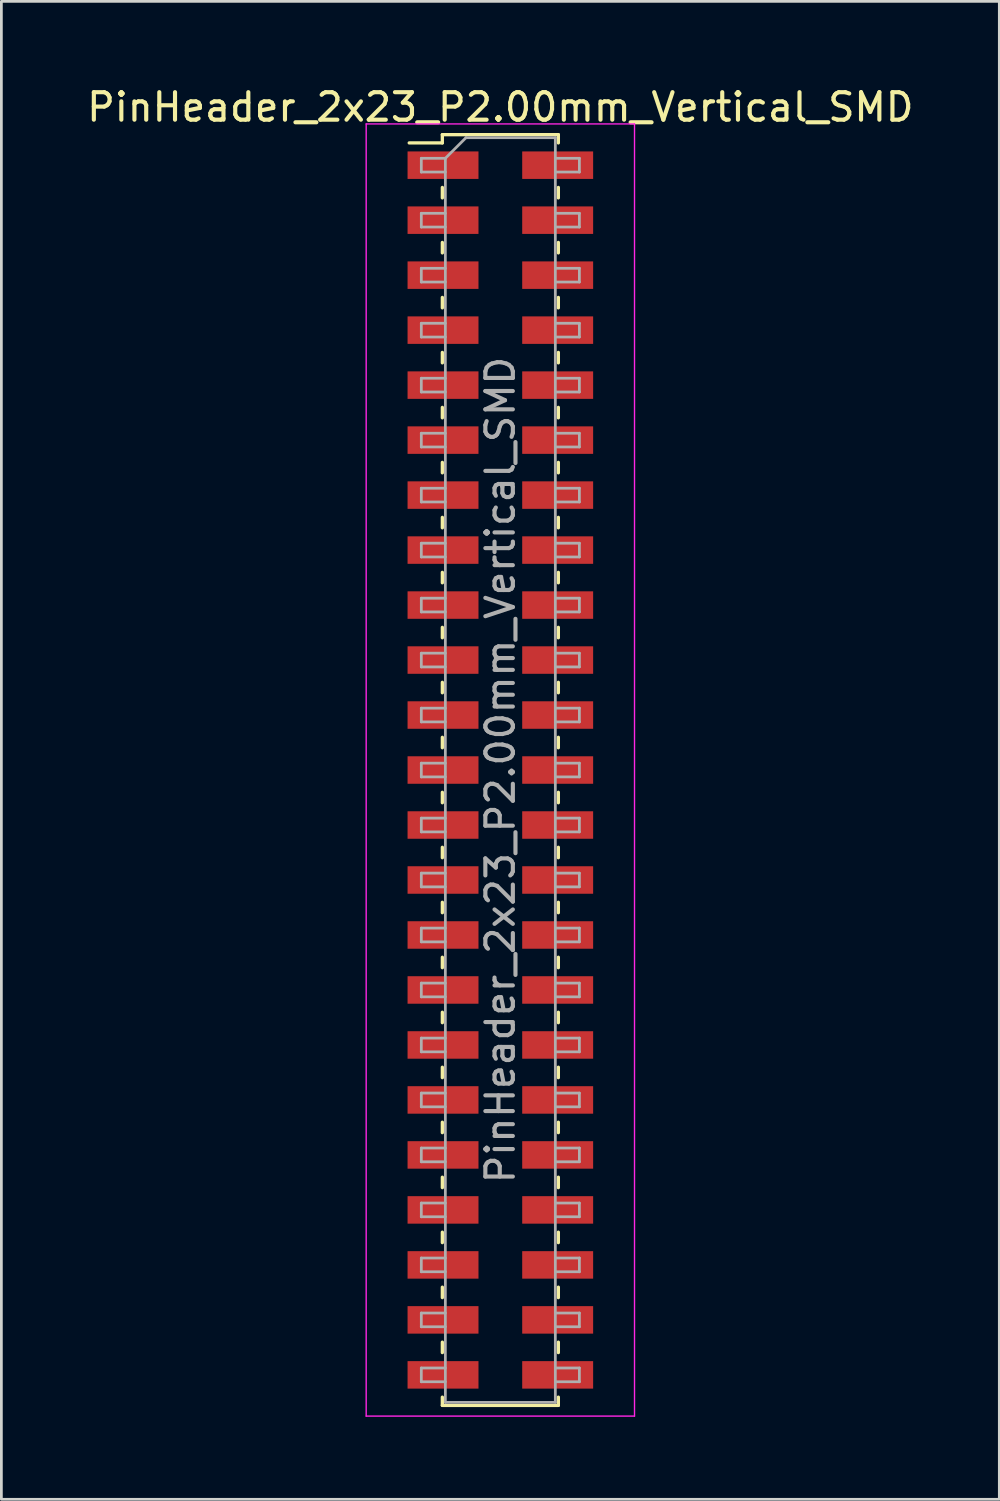
<source format=kicad_pcb>
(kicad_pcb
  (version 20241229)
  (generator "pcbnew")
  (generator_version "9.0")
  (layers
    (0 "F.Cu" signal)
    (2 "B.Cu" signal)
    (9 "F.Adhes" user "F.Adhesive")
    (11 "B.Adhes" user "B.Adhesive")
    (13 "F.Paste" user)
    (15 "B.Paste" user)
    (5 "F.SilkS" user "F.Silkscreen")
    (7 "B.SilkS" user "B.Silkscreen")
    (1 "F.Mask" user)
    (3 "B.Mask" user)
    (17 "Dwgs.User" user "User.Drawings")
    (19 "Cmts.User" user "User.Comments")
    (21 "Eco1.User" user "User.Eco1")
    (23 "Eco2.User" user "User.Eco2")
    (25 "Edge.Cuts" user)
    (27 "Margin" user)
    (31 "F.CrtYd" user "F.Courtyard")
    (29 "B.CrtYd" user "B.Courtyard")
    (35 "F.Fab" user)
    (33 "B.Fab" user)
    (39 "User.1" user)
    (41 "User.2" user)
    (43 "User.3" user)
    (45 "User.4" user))
  (footprint "PinHeader_2x23_P2.00mm_Vertical_SMD"
    (layer "F.Cu")
    (at 15.149 24.958)
    (property "Reference" "PinHeader_2x23_P2.00mm_Vertical_SMD" (at 0 -24.11 0) (layer "F.SilkS") (effects (font (size 1 1) (thickness 0.15))))
    (attr smd)
    (fp_line (start -3.315 -22.81) (end -2.11 -22.81) (stroke (width 0.12) (type solid)) (layer "F.SilkS"))
    (fp_line (start -2.11 -23.11) (end -2.11 -22.81) (stroke (width 0.12) (type solid)) (layer "F.SilkS"))
    (fp_line (start -2.11 -23.11) (end 2.11 -23.11) (stroke (width 0.12) (type solid)) (layer "F.SilkS"))
    (fp_line (start -2.11 -21.19) (end -2.11 -20.81) (stroke (width 0.12) (type solid)) (layer "F.SilkS"))
    (fp_line (start -2.11 -19.19) (end -2.11 -18.81) (stroke (width 0.12) (type solid)) (layer "F.SilkS"))
    (fp_line (start -2.11 -17.19) (end -2.11 -16.81) (stroke (width 0.12) (type solid)) (layer "F.SilkS"))
    (fp_line (start -2.11 -15.19) (end -2.11 -14.81) (stroke (width 0.12) (type solid)) (layer "F.SilkS"))
    (fp_line (start -2.11 -13.19) (end -2.11 -12.81) (stroke (width 0.12) (type solid)) (layer "F.SilkS"))
    (fp_line (start -2.11 -11.19) (end -2.11 -10.81) (stroke (width 0.12) (type solid)) (layer "F.SilkS"))
    (fp_line (start -2.11 -9.19) (end -2.11 -8.81) (stroke (width 0.12) (type solid)) (layer "F.SilkS"))
    (fp_line (start -2.11 -7.19) (end -2.11 -6.81) (stroke (width 0.12) (type solid)) (layer "F.SilkS"))
    (fp_line (start -2.11 -5.19) (end -2.11 -4.81) (stroke (width 0.12) (type solid)) (layer "F.SilkS"))
    (fp_line (start -2.11 -3.19) (end -2.11 -2.81) (stroke (width 0.12) (type solid)) (layer "F.SilkS"))
    (fp_line (start -2.11 -1.19) (end -2.11 -0.81) (stroke (width 0.12) (type solid)) (layer "F.SilkS"))
    (fp_line (start -2.11 0.81) (end -2.11 1.19) (stroke (width 0.12) (type solid)) (layer "F.SilkS"))
    (fp_line (start -2.11 2.81) (end -2.11 3.19) (stroke (width 0.12) (type solid)) (layer "F.SilkS"))
    (fp_line (start -2.11 4.81) (end -2.11 5.19) (stroke (width 0.12) (type solid)) (layer "F.SilkS"))
    (fp_line (start -2.11 6.81) (end -2.11 7.19) (stroke (width 0.12) (type solid)) (layer "F.SilkS"))
    (fp_line (start -2.11 8.81) (end -2.11 9.19) (stroke (width 0.12) (type solid)) (layer "F.SilkS"))
    (fp_line (start -2.11 10.81) (end -2.11 11.19) (stroke (width 0.12) (type solid)) (layer "F.SilkS"))
    (fp_line (start -2.11 12.81) (end -2.11 13.19) (stroke (width 0.12) (type solid)) (layer "F.SilkS"))
    (fp_line (start -2.11 14.81) (end -2.11 15.19) (stroke (width 0.12) (type solid)) (layer "F.SilkS"))
    (fp_line (start -2.11 16.81) (end -2.11 17.19) (stroke (width 0.12) (type solid)) (layer "F.SilkS"))
    (fp_line (start -2.11 18.81) (end -2.11 19.19) (stroke (width 0.12) (type solid)) (layer "F.SilkS"))
    (fp_line (start -2.11 20.81) (end -2.11 21.19) (stroke (width 0.12) (type solid)) (layer "F.SilkS"))
    (fp_line (start -2.11 22.81) (end -2.11 23.11) (stroke (width 0.12) (type solid)) (layer "F.SilkS"))
    (fp_line (start -2.11 23.11) (end 2.11 23.11) (stroke (width 0.12) (type solid)) (layer "F.SilkS"))
    (fp_line (start 2.11 -23.11) (end 2.11 -22.81) (stroke (width 0.12) (type solid)) (layer "F.SilkS"))
    (fp_line (start 2.11 -21.19) (end 2.11 -20.81) (stroke (width 0.12) (type solid)) (layer "F.SilkS"))
    (fp_line (start 2.11 -19.19) (end 2.11 -18.81) (stroke (width 0.12) (type solid)) (layer "F.SilkS"))
    (fp_line (start 2.11 -17.19) (end 2.11 -16.81) (stroke (width 0.12) (type solid)) (layer "F.SilkS"))
    (fp_line (start 2.11 -15.19) (end 2.11 -14.81) (stroke (width 0.12) (type solid)) (layer "F.SilkS"))
    (fp_line (start 2.11 -13.19) (end 2.11 -12.81) (stroke (width 0.12) (type solid)) (layer "F.SilkS"))
    (fp_line (start 2.11 -11.19) (end 2.11 -10.81) (stroke (width 0.12) (type solid)) (layer "F.SilkS"))
    (fp_line (start 2.11 -9.19) (end 2.11 -8.81) (stroke (width 0.12) (type solid)) (layer "F.SilkS"))
    (fp_line (start 2.11 -7.19) (end 2.11 -6.81) (stroke (width 0.12) (type solid)) (layer "F.SilkS"))
    (fp_line (start 2.11 -5.19) (end 2.11 -4.81) (stroke (width 0.12) (type solid)) (layer "F.SilkS"))
    (fp_line (start 2.11 -3.19) (end 2.11 -2.81) (stroke (width 0.12) (type solid)) (layer "F.SilkS"))
    (fp_line (start 2.11 -1.19) (end 2.11 -0.81) (stroke (width 0.12) (type solid)) (layer "F.SilkS"))
    (fp_line (start 2.11 0.81) (end 2.11 1.19) (stroke (width 0.12) (type solid)) (layer "F.SilkS"))
    (fp_line (start 2.11 2.81) (end 2.11 3.19) (stroke (width 0.12) (type solid)) (layer "F.SilkS"))
    (fp_line (start 2.11 4.81) (end 2.11 5.19) (stroke (width 0.12) (type solid)) (layer "F.SilkS"))
    (fp_line (start 2.11 6.81) (end 2.11 7.19) (stroke (width 0.12) (type solid)) (layer "F.SilkS"))
    (fp_line (start 2.11 8.81) (end 2.11 9.19) (stroke (width 0.12) (type solid)) (layer "F.SilkS"))
    (fp_line (start 2.11 10.81) (end 2.11 11.19) (stroke (width 0.12) (type solid)) (layer "F.SilkS"))
    (fp_line (start 2.11 12.81) (end 2.11 13.19) (stroke (width 0.12) (type solid)) (layer "F.SilkS"))
    (fp_line (start 2.11 14.81) (end 2.11 15.19) (stroke (width 0.12) (type solid)) (layer "F.SilkS"))
    (fp_line (start 2.11 16.81) (end 2.11 17.19) (stroke (width 0.12) (type solid)) (layer "F.SilkS"))
    (fp_line (start 2.11 18.81) (end 2.11 19.19) (stroke (width 0.12) (type solid)) (layer "F.SilkS"))
    (fp_line (start 2.11 20.81) (end 2.11 21.19) (stroke (width 0.12) (type solid)) (layer "F.SilkS"))
    (fp_line (start 2.11 22.81) (end 2.11 23.11) (stroke (width 0.12) (type solid)) (layer "F.SilkS"))
    (fp_line (start -4.88 -23.5) (end -4.88 23.5) (stroke (width 0.05) (type solid)) (layer "F.CrtYd"))
    (fp_line (start -4.88 23.5) (end 4.88 23.5) (stroke (width 0.05) (type solid)) (layer "F.CrtYd"))
    (fp_line (start 4.88 -23.5) (end -4.88 -23.5) (stroke (width 0.05) (type solid)) (layer "F.CrtYd"))
    (fp_line (start 4.88 23.5) (end 4.88 -23.5) (stroke (width 0.05) (type solid)) (layer "F.CrtYd"))
    (fp_line (start -2.875 -22.25) (end -2.875 -21.75) (stroke (width 0.1) (type solid)) (layer "F.Fab"))
    (fp_line (start -2.875 -21.75) (end -2 -21.75) (stroke (width 0.1) (type solid)) (layer "F.Fab"))
    (fp_line (start -2.875 -20.25) (end -2.875 -19.75) (stroke (width 0.1) (type solid)) (layer "F.Fab"))
    (fp_line (start -2.875 -19.75) (end -2 -19.75) (stroke (width 0.1) (type solid)) (layer "F.Fab"))
    (fp_line (start -2.875 -18.25) (end -2.875 -17.75) (stroke (width 0.1) (type solid)) (layer "F.Fab"))
    (fp_line (start -2.875 -17.75) (end -2 -17.75) (stroke (width 0.1) (type solid)) (layer "F.Fab"))
    (fp_line (start -2.875 -16.25) (end -2.875 -15.75) (stroke (width 0.1) (type solid)) (layer "F.Fab"))
    (fp_line (start -2.875 -15.75) (end -2 -15.75) (stroke (width 0.1) (type solid)) (layer "F.Fab"))
    (fp_line (start -2.875 -14.25) (end -2.875 -13.75) (stroke (width 0.1) (type solid)) (layer "F.Fab"))
    (fp_line (start -2.875 -13.75) (end -2 -13.75) (stroke (width 0.1) (type solid)) (layer "F.Fab"))
    (fp_line (start -2.875 -12.25) (end -2.875 -11.75) (stroke (width 0.1) (type solid)) (layer "F.Fab"))
    (fp_line (start -2.875 -11.75) (end -2 -11.75) (stroke (width 0.1) (type solid)) (layer "F.Fab"))
    (fp_line (start -2.875 -10.25) (end -2.875 -9.75) (stroke (width 0.1) (type solid)) (layer "F.Fab"))
    (fp_line (start -2.875 -9.75) (end -2 -9.75) (stroke (width 0.1) (type solid)) (layer "F.Fab"))
    (fp_line (start -2.875 -8.25) (end -2.875 -7.75) (stroke (width 0.1) (type solid)) (layer "F.Fab"))
    (fp_line (start -2.875 -7.75) (end -2 -7.75) (stroke (width 0.1) (type solid)) (layer "F.Fab"))
    (fp_line (start -2.875 -6.25) (end -2.875 -5.75) (stroke (width 0.1) (type solid)) (layer "F.Fab"))
    (fp_line (start -2.875 -5.75) (end -2 -5.75) (stroke (width 0.1) (type solid)) (layer "F.Fab"))
    (fp_line (start -2.875 -4.25) (end -2.875 -3.75) (stroke (width 0.1) (type solid)) (layer "F.Fab"))
    (fp_line (start -2.875 -3.75) (end -2 -3.75) (stroke (width 0.1) (type solid)) (layer "F.Fab"))
    (fp_line (start -2.875 -2.25) (end -2.875 -1.75) (stroke (width 0.1) (type solid)) (layer "F.Fab"))
    (fp_line (start -2.875 -1.75) (end -2 -1.75) (stroke (width 0.1) (type solid)) (layer "F.Fab"))
    (fp_line (start -2.875 -0.25) (end -2.875 0.25) (stroke (width 0.1) (type solid)) (layer "F.Fab"))
    (fp_line (start -2.875 0.25) (end -2 0.25) (stroke (width 0.1) (type solid)) (layer "F.Fab"))
    (fp_line (start -2.875 1.75) (end -2.875 2.25) (stroke (width 0.1) (type solid)) (layer "F.Fab"))
    (fp_line (start -2.875 2.25) (end -2 2.25) (stroke (width 0.1) (type solid)) (layer "F.Fab"))
    (fp_line (start -2.875 3.75) (end -2.875 4.25) (stroke (width 0.1) (type solid)) (layer "F.Fab"))
    (fp_line (start -2.875 4.25) (end -2 4.25) (stroke (width 0.1) (type solid)) (layer "F.Fab"))
    (fp_line (start -2.875 5.75) (end -2.875 6.25) (stroke (width 0.1) (type solid)) (layer "F.Fab"))
    (fp_line (start -2.875 6.25) (end -2 6.25) (stroke (width 0.1) (type solid)) (layer "F.Fab"))
    (fp_line (start -2.875 7.75) (end -2.875 8.25) (stroke (width 0.1) (type solid)) (layer "F.Fab"))
    (fp_line (start -2.875 8.25) (end -2 8.25) (stroke (width 0.1) (type solid)) (layer "F.Fab"))
    (fp_line (start -2.875 9.75) (end -2.875 10.25) (stroke (width 0.1) (type solid)) (layer "F.Fab"))
    (fp_line (start -2.875 10.25) (end -2 10.25) (stroke (width 0.1) (type solid)) (layer "F.Fab"))
    (fp_line (start -2.875 11.75) (end -2.875 12.25) (stroke (width 0.1) (type solid)) (layer "F.Fab"))
    (fp_line (start -2.875 12.25) (end -2 12.25) (stroke (width 0.1) (type solid)) (layer "F.Fab"))
    (fp_line (start -2.875 13.75) (end -2.875 14.25) (stroke (width 0.1) (type solid)) (layer "F.Fab"))
    (fp_line (start -2.875 14.25) (end -2 14.25) (stroke (width 0.1) (type solid)) (layer "F.Fab"))
    (fp_line (start -2.875 15.75) (end -2.875 16.25) (stroke (width 0.1) (type solid)) (layer "F.Fab"))
    (fp_line (start -2.875 16.25) (end -2 16.25) (stroke (width 0.1) (type solid)) (layer "F.Fab"))
    (fp_line (start -2.875 17.75) (end -2.875 18.25) (stroke (width 0.1) (type solid)) (layer "F.Fab"))
    (fp_line (start -2.875 18.25) (end -2 18.25) (stroke (width 0.1) (type solid)) (layer "F.Fab"))
    (fp_line (start -2.875 19.75) (end -2.875 20.25) (stroke (width 0.1) (type solid)) (layer "F.Fab"))
    (fp_line (start -2.875 20.25) (end -2 20.25) (stroke (width 0.1) (type solid)) (layer "F.Fab"))
    (fp_line (start -2.875 21.75) (end -2.875 22.25) (stroke (width 0.1) (type solid)) (layer "F.Fab"))
    (fp_line (start -2.875 22.25) (end -2 22.25) (stroke (width 0.1) (type solid)) (layer "F.Fab"))
    (fp_line (start -2 -22.25) (end -2.875 -22.25) (stroke (width 0.1) (type solid)) (layer "F.Fab"))
    (fp_line (start -2 -22.25) (end -1.25 -23) (stroke (width 0.1) (type solid)) (layer "F.Fab"))
    (fp_line (start -2 -20.25) (end -2.875 -20.25) (stroke (width 0.1) (type solid)) (layer "F.Fab"))
    (fp_line (start -2 -18.25) (end -2.875 -18.25) (stroke (width 0.1) (type solid)) (layer "F.Fab"))
    (fp_line (start -2 -16.25) (end -2.875 -16.25) (stroke (width 0.1) (type solid)) (layer "F.Fab"))
    (fp_line (start -2 -14.25) (end -2.875 -14.25) (stroke (width 0.1) (type solid)) (layer "F.Fab"))
    (fp_line (start -2 -12.25) (end -2.875 -12.25) (stroke (width 0.1) (type solid)) (layer "F.Fab"))
    (fp_line (start -2 -10.25) (end -2.875 -10.25) (stroke (width 0.1) (type solid)) (layer "F.Fab"))
    (fp_line (start -2 -8.25) (end -2.875 -8.25) (stroke (width 0.1) (type solid)) (layer "F.Fab"))
    (fp_line (start -2 -6.25) (end -2.875 -6.25) (stroke (width 0.1) (type solid)) (layer "F.Fab"))
    (fp_line (start -2 -4.25) (end -2.875 -4.25) (stroke (width 0.1) (type solid)) (layer "F.Fab"))
    (fp_line (start -2 -2.25) (end -2.875 -2.25) (stroke (width 0.1) (type solid)) (layer "F.Fab"))
    (fp_line (start -2 -0.25) (end -2.875 -0.25) (stroke (width 0.1) (type solid)) (layer "F.Fab"))
    (fp_line (start -2 1.75) (end -2.875 1.75) (stroke (width 0.1) (type solid)) (layer "F.Fab"))
    (fp_line (start -2 3.75) (end -2.875 3.75) (stroke (width 0.1) (type solid)) (layer "F.Fab"))
    (fp_line (start -2 5.75) (end -2.875 5.75) (stroke (width 0.1) (type solid)) (layer "F.Fab"))
    (fp_line (start -2 7.75) (end -2.875 7.75) (stroke (width 0.1) (type solid)) (layer "F.Fab"))
    (fp_line (start -2 9.75) (end -2.875 9.75) (stroke (width 0.1) (type solid)) (layer "F.Fab"))
    (fp_line (start -2 11.75) (end -2.875 11.75) (stroke (width 0.1) (type solid)) (layer "F.Fab"))
    (fp_line (start -2 13.75) (end -2.875 13.75) (stroke (width 0.1) (type solid)) (layer "F.Fab"))
    (fp_line (start -2 15.75) (end -2.875 15.75) (stroke (width 0.1) (type solid)) (layer "F.Fab"))
    (fp_line (start -2 17.75) (end -2.875 17.75) (stroke (width 0.1) (type solid)) (layer "F.Fab"))
    (fp_line (start -2 19.75) (end -2.875 19.75) (stroke (width 0.1) (type solid)) (layer "F.Fab"))
    (fp_line (start -2 21.75) (end -2.875 21.75) (stroke (width 0.1) (type solid)) (layer "F.Fab"))
    (fp_line (start -2 23) (end -2 -22.25) (stroke (width 0.1) (type solid)) (layer "F.Fab"))
    (fp_line (start -1.25 -23) (end 2 -23) (stroke (width 0.1) (type solid)) (layer "F.Fab"))
    (fp_line (start 2 -23) (end 2 23) (stroke (width 0.1) (type solid)) (layer "F.Fab"))
    (fp_line (start 2 -22.25) (end 2.875 -22.25) (stroke (width 0.1) (type solid)) (layer "F.Fab"))
    (fp_line (start 2 -20.25) (end 2.875 -20.25) (stroke (width 0.1) (type solid)) (layer "F.Fab"))
    (fp_line (start 2 -18.25) (end 2.875 -18.25) (stroke (width 0.1) (type solid)) (layer "F.Fab"))
    (fp_line (start 2 -16.25) (end 2.875 -16.25) (stroke (width 0.1) (type solid)) (layer "F.Fab"))
    (fp_line (start 2 -14.25) (end 2.875 -14.25) (stroke (width 0.1) (type solid)) (layer "F.Fab"))
    (fp_line (start 2 -12.25) (end 2.875 -12.25) (stroke (width 0.1) (type solid)) (layer "F.Fab"))
    (fp_line (start 2 -10.25) (end 2.875 -10.25) (stroke (width 0.1) (type solid)) (layer "F.Fab"))
    (fp_line (start 2 -8.25) (end 2.875 -8.25) (stroke (width 0.1) (type solid)) (layer "F.Fab"))
    (fp_line (start 2 -6.25) (end 2.875 -6.25) (stroke (width 0.1) (type solid)) (layer "F.Fab"))
    (fp_line (start 2 -4.25) (end 2.875 -4.25) (stroke (width 0.1) (type solid)) (layer "F.Fab"))
    (fp_line (start 2 -2.25) (end 2.875 -2.25) (stroke (width 0.1) (type solid)) (layer "F.Fab"))
    (fp_line (start 2 -0.25) (end 2.875 -0.25) (stroke (width 0.1) (type solid)) (layer "F.Fab"))
    (fp_line (start 2 1.75) (end 2.875 1.75) (stroke (width 0.1) (type solid)) (layer "F.Fab"))
    (fp_line (start 2 3.75) (end 2.875 3.75) (stroke (width 0.1) (type solid)) (layer "F.Fab"))
    (fp_line (start 2 5.75) (end 2.875 5.75) (stroke (width 0.1) (type solid)) (layer "F.Fab"))
    (fp_line (start 2 7.75) (end 2.875 7.75) (stroke (width 0.1) (type solid)) (layer "F.Fab"))
    (fp_line (start 2 9.75) (end 2.875 9.75) (stroke (width 0.1) (type solid)) (layer "F.Fab"))
    (fp_line (start 2 11.75) (end 2.875 11.75) (stroke (width 0.1) (type solid)) (layer "F.Fab"))
    (fp_line (start 2 13.75) (end 2.875 13.75) (stroke (width 0.1) (type solid)) (layer "F.Fab"))
    (fp_line (start 2 15.75) (end 2.875 15.75) (stroke (width 0.1) (type solid)) (layer "F.Fab"))
    (fp_line (start 2 17.75) (end 2.875 17.75) (stroke (width 0.1) (type solid)) (layer "F.Fab"))
    (fp_line (start 2 19.75) (end 2.875 19.75) (stroke (width 0.1) (type solid)) (layer "F.Fab"))
    (fp_line (start 2 21.75) (end 2.875 21.75) (stroke (width 0.1) (type solid)) (layer "F.Fab"))
    (fp_line (start 2 23) (end -2 23) (stroke (width 0.1) (type solid)) (layer "F.Fab"))
    (fp_line (start 2.875 -22.25) (end 2.875 -21.75) (stroke (width 0.1) (type solid)) (layer "F.Fab"))
    (fp_line (start 2.875 -21.75) (end 2 -21.75) (stroke (width 0.1) (type solid)) (layer "F.Fab"))
    (fp_line (start 2.875 -20.25) (end 2.875 -19.75) (stroke (width 0.1) (type solid)) (layer "F.Fab"))
    (fp_line (start 2.875 -19.75) (end 2 -19.75) (stroke (width 0.1) (type solid)) (layer "F.Fab"))
    (fp_line (start 2.875 -18.25) (end 2.875 -17.75) (stroke (width 0.1) (type solid)) (layer "F.Fab"))
    (fp_line (start 2.875 -17.75) (end 2 -17.75) (stroke (width 0.1) (type solid)) (layer "F.Fab"))
    (fp_line (start 2.875 -16.25) (end 2.875 -15.75) (stroke (width 0.1) (type solid)) (layer "F.Fab"))
    (fp_line (start 2.875 -15.75) (end 2 -15.75) (stroke (width 0.1) (type solid)) (layer "F.Fab"))
    (fp_line (start 2.875 -14.25) (end 2.875 -13.75) (stroke (width 0.1) (type solid)) (layer "F.Fab"))
    (fp_line (start 2.875 -13.75) (end 2 -13.75) (stroke (width 0.1) (type solid)) (layer "F.Fab"))
    (fp_line (start 2.875 -12.25) (end 2.875 -11.75) (stroke (width 0.1) (type solid)) (layer "F.Fab"))
    (fp_line (start 2.875 -11.75) (end 2 -11.75) (stroke (width 0.1) (type solid)) (layer "F.Fab"))
    (fp_line (start 2.875 -10.25) (end 2.875 -9.75) (stroke (width 0.1) (type solid)) (layer "F.Fab"))
    (fp_line (start 2.875 -9.75) (end 2 -9.75) (stroke (width 0.1) (type solid)) (layer "F.Fab"))
    (fp_line (start 2.875 -8.25) (end 2.875 -7.75) (stroke (width 0.1) (type solid)) (layer "F.Fab"))
    (fp_line (start 2.875 -7.75) (end 2 -7.75) (stroke (width 0.1) (type solid)) (layer "F.Fab"))
    (fp_line (start 2.875 -6.25) (end 2.875 -5.75) (stroke (width 0.1) (type solid)) (layer "F.Fab"))
    (fp_line (start 2.875 -5.75) (end 2 -5.75) (stroke (width 0.1) (type solid)) (layer "F.Fab"))
    (fp_line (start 2.875 -4.25) (end 2.875 -3.75) (stroke (width 0.1) (type solid)) (layer "F.Fab"))
    (fp_line (start 2.875 -3.75) (end 2 -3.75) (stroke (width 0.1) (type solid)) (layer "F.Fab"))
    (fp_line (start 2.875 -2.25) (end 2.875 -1.75) (stroke (width 0.1) (type solid)) (layer "F.Fab"))
    (fp_line (start 2.875 -1.75) (end 2 -1.75) (stroke (width 0.1) (type solid)) (layer "F.Fab"))
    (fp_line (start 2.875 -0.25) (end 2.875 0.25) (stroke (width 0.1) (type solid)) (layer "F.Fab"))
    (fp_line (start 2.875 0.25) (end 2 0.25) (stroke (width 0.1) (type solid)) (layer "F.Fab"))
    (fp_line (start 2.875 1.75) (end 2.875 2.25) (stroke (width 0.1) (type solid)) (layer "F.Fab"))
    (fp_line (start 2.875 2.25) (end 2 2.25) (stroke (width 0.1) (type solid)) (layer "F.Fab"))
    (fp_line (start 2.875 3.75) (end 2.875 4.25) (stroke (width 0.1) (type solid)) (layer "F.Fab"))
    (fp_line (start 2.875 4.25) (end 2 4.25) (stroke (width 0.1) (type solid)) (layer "F.Fab"))
    (fp_line (start 2.875 5.75) (end 2.875 6.25) (stroke (width 0.1) (type solid)) (layer "F.Fab"))
    (fp_line (start 2.875 6.25) (end 2 6.25) (stroke (width 0.1) (type solid)) (layer "F.Fab"))
    (fp_line (start 2.875 7.75) (end 2.875 8.25) (stroke (width 0.1) (type solid)) (layer "F.Fab"))
    (fp_line (start 2.875 8.25) (end 2 8.25) (stroke (width 0.1) (type solid)) (layer "F.Fab"))
    (fp_line (start 2.875 9.75) (end 2.875 10.25) (stroke (width 0.1) (type solid)) (layer "F.Fab"))
    (fp_line (start 2.875 10.25) (end 2 10.25) (stroke (width 0.1) (type solid)) (layer "F.Fab"))
    (fp_line (start 2.875 11.75) (end 2.875 12.25) (stroke (width 0.1) (type solid)) (layer "F.Fab"))
    (fp_line (start 2.875 12.25) (end 2 12.25) (stroke (width 0.1) (type solid)) (layer "F.Fab"))
    (fp_line (start 2.875 13.75) (end 2.875 14.25) (stroke (width 0.1) (type solid)) (layer "F.Fab"))
    (fp_line (start 2.875 14.25) (end 2 14.25) (stroke (width 0.1) (type solid)) (layer "F.Fab"))
    (fp_line (start 2.875 15.75) (end 2.875 16.25) (stroke (width 0.1) (type solid)) (layer "F.Fab"))
    (fp_line (start 2.875 16.25) (end 2 16.25) (stroke (width 0.1) (type solid)) (layer "F.Fab"))
    (fp_line (start 2.875 17.75) (end 2.875 18.25) (stroke (width 0.1) (type solid)) (layer "F.Fab"))
    (fp_line (start 2.875 18.25) (end 2 18.25) (stroke (width 0.1) (type solid)) (layer "F.Fab"))
    (fp_line (start 2.875 19.75) (end 2.875 20.25) (stroke (width 0.1) (type solid)) (layer "F.Fab"))
    (fp_line (start 2.875 20.25) (end 2 20.25) (stroke (width 0.1) (type solid)) (layer "F.Fab"))
    (fp_line (start 2.875 21.75) (end 2.875 22.25) (stroke (width 0.1) (type solid)) (layer "F.Fab"))
    (fp_line (start 2.875 22.25) (end 2 22.25) (stroke (width 0.1) (type solid)) (layer "F.Fab"))
    (fp_text user "${REFERENCE}" (at 0 0 90) (layer "F.Fab") (effects (font (size 1 1) (thickness 0.15))))
    (pad "1" smd rect (at -2.085 -22) (size 2.58 1) (layers "F.Cu" "F.Mask" "F.Paste"))
    (pad "2" smd rect (at 2.085 -22) (size 2.58 1) (layers "F.Cu" "F.Mask" "F.Paste"))
    (pad "3" smd rect (at -2.085 -20) (size 2.58 1) (layers "F.Cu" "F.Mask" "F.Paste"))
    (pad "4" smd rect (at 2.085 -20) (size 2.58 1) (layers "F.Cu" "F.Mask" "F.Paste"))
    (pad "5" smd rect (at -2.085 -18) (size 2.58 1) (layers "F.Cu" "F.Mask" "F.Paste"))
    (pad "6" smd rect (at 2.085 -18) (size 2.58 1) (layers "F.Cu" "F.Mask" "F.Paste"))
    (pad "7" smd rect (at -2.085 -16) (size 2.58 1) (layers "F.Cu" "F.Mask" "F.Paste"))
    (pad "8" smd rect (at 2.085 -16) (size 2.58 1) (layers "F.Cu" "F.Mask" "F.Paste"))
    (pad "9" smd rect (at -2.085 -14) (size 2.58 1) (layers "F.Cu" "F.Mask" "F.Paste"))
    (pad "10" smd rect (at 2.085 -14) (size 2.58 1) (layers "F.Cu" "F.Mask" "F.Paste"))
    (pad "11" smd rect (at -2.085 -12) (size 2.58 1) (layers "F.Cu" "F.Mask" "F.Paste"))
    (pad "12" smd rect (at 2.085 -12) (size 2.58 1) (layers "F.Cu" "F.Mask" "F.Paste"))
    (pad "13" smd rect (at -2.085 -10) (size 2.58 1) (layers "F.Cu" "F.Mask" "F.Paste"))
    (pad "14" smd rect (at 2.085 -10) (size 2.58 1) (layers "F.Cu" "F.Mask" "F.Paste"))
    (pad "15" smd rect (at -2.085 -8) (size 2.58 1) (layers "F.Cu" "F.Mask" "F.Paste"))
    (pad "16" smd rect (at 2.085 -8) (size 2.58 1) (layers "F.Cu" "F.Mask" "F.Paste"))
    (pad "17" smd rect (at -2.085 -6) (size 2.58 1) (layers "F.Cu" "F.Mask" "F.Paste"))
    (pad "18" smd rect (at 2.085 -6) (size 2.58 1) (layers "F.Cu" "F.Mask" "F.Paste"))
    (pad "19" smd rect (at -2.085 -4) (size 2.58 1) (layers "F.Cu" "F.Mask" "F.Paste"))
    (pad "20" smd rect (at 2.085 -4) (size 2.58 1) (layers "F.Cu" "F.Mask" "F.Paste"))
    (pad "21" smd rect (at -2.085 -2) (size 2.58 1) (layers "F.Cu" "F.Mask" "F.Paste"))
    (pad "22" smd rect (at 2.085 -2) (size 2.58 1) (layers "F.Cu" "F.Mask" "F.Paste"))
    (pad "23" smd rect (at -2.085 0) (size 2.58 1) (layers "F.Cu" "F.Mask" "F.Paste"))
    (pad "24" smd rect (at 2.085 0) (size 2.58 1) (layers "F.Cu" "F.Mask" "F.Paste"))
    (pad "25" smd rect (at -2.085 2) (size 2.58 1) (layers "F.Cu" "F.Mask" "F.Paste"))
    (pad "26" smd rect (at 2.085 2) (size 2.58 1) (layers "F.Cu" "F.Mask" "F.Paste"))
    (pad "27" smd rect (at -2.085 4) (size 2.58 1) (layers "F.Cu" "F.Mask" "F.Paste"))
    (pad "28" smd rect (at 2.085 4) (size 2.58 1) (layers "F.Cu" "F.Mask" "F.Paste"))
    (pad "29" smd rect (at -2.085 6) (size 2.58 1) (layers "F.Cu" "F.Mask" "F.Paste"))
    (pad "30" smd rect (at 2.085 6) (size 2.58 1) (layers "F.Cu" "F.Mask" "F.Paste"))
    (pad "31" smd rect (at -2.085 8) (size 2.58 1) (layers "F.Cu" "F.Mask" "F.Paste"))
    (pad "32" smd rect (at 2.085 8) (size 2.58 1) (layers "F.Cu" "F.Mask" "F.Paste"))
    (pad "33" smd rect (at -2.085 10) (size 2.58 1) (layers "F.Cu" "F.Mask" "F.Paste"))
    (pad "34" smd rect (at 2.085 10) (size 2.58 1) (layers "F.Cu" "F.Mask" "F.Paste"))
    (pad "35" smd rect (at -2.085 12) (size 2.58 1) (layers "F.Cu" "F.Mask" "F.Paste"))
    (pad "36" smd rect (at 2.085 12) (size 2.58 1) (layers "F.Cu" "F.Mask" "F.Paste"))
    (pad "37" smd rect (at -2.085 14) (size 2.58 1) (layers "F.Cu" "F.Mask" "F.Paste"))
    (pad "38" smd rect (at 2.085 14) (size 2.58 1) (layers "F.Cu" "F.Mask" "F.Paste"))
    (pad "39" smd rect (at -2.085 16) (size 2.58 1) (layers "F.Cu" "F.Mask" "F.Paste"))
    (pad "40" smd rect (at 2.085 16) (size 2.58 1) (layers "F.Cu" "F.Mask" "F.Paste"))
    (pad "41" smd rect (at -2.085 18) (size 2.58 1) (layers "F.Cu" "F.Mask" "F.Paste"))
    (pad "42" smd rect (at 2.085 18) (size 2.58 1) (layers "F.Cu" "F.Mask" "F.Paste"))
    (pad "43" smd rect (at -2.085 20) (size 2.58 1) (layers "F.Cu" "F.Mask" "F.Paste"))
    (pad "44" smd rect (at 2.085 20) (size 2.58 1) (layers "F.Cu" "F.Mask" "F.Paste"))
    (pad "45" smd rect (at -2.085 22) (size 2.58 1) (layers "F.Cu" "F.Mask" "F.Paste"))
    (pad "46" smd rect (at 2.085 22) (size 2.58 1) (layers "F.Cu" "F.Mask" "F.Paste")))
  (gr_rect
    (start -3 -3)
    (end 33.298 51.483)
    (stroke (width 0.1) (type default))
    (fill no)
    (layer "Edge.Cuts")))
</source>
